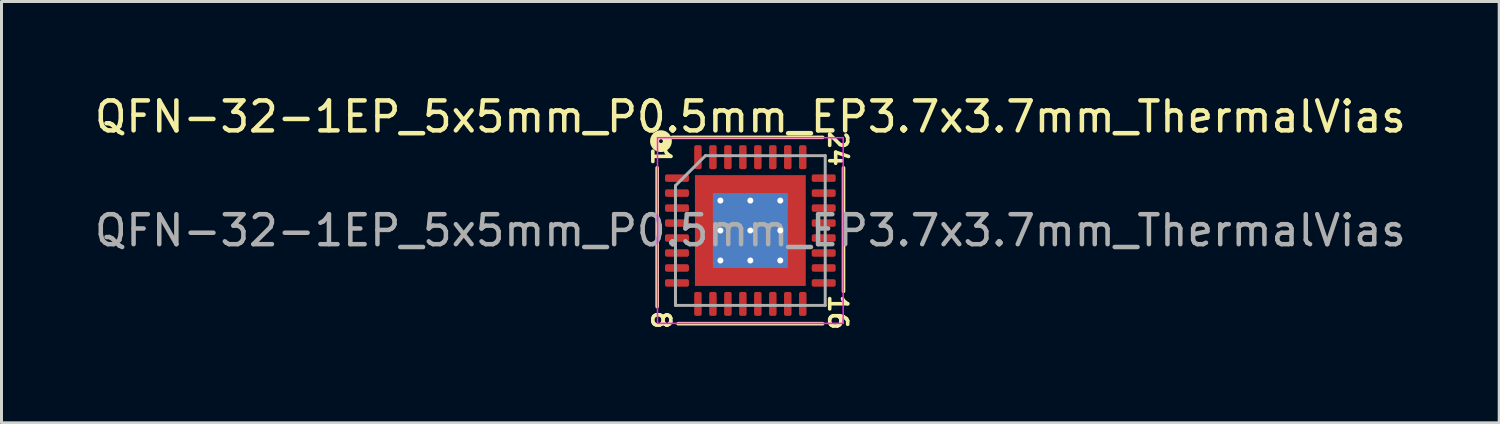
<source format=kicad_pcb>
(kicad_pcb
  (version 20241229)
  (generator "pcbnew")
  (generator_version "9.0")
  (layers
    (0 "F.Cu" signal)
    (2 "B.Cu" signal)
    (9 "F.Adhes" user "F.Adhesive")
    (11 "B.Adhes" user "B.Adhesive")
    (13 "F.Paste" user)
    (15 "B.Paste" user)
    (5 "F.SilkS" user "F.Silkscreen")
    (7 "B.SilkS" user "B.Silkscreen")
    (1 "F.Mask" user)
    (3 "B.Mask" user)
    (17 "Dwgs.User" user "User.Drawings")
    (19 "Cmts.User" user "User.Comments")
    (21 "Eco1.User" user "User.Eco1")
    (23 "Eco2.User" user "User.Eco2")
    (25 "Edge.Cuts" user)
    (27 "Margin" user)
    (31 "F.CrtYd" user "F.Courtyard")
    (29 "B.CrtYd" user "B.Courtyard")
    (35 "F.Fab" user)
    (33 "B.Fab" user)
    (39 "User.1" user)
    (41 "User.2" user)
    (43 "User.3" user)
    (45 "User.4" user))
  (footprint "QFN-32-1EP_5x5mm_P0.5mm_EP3.7x3.7mm_ThermalVias"
    (layer "F.Cu")
    (at 22.006 4.648)
    (property "Reference" "QFN-32-1EP_5x5mm_P0.5mm_EP3.7x3.7mm_ThermalVias" (at 0 -3.8 0) (layer "F.SilkS") (effects (font (size 1 1) (thickness 0.15))))
    (attr smd)
    (fp_line (start -3.111 -2.095) (end -3.111 2.54) (stroke (width 0.12) (type solid)) (layer "F.SilkS"))
    (fp_line (start -2.413 3.111) (end 2.413 3.111) (stroke (width 0.12) (type solid)) (layer "F.SilkS"))
    (fp_line (start 2.413 -3.111) (end -2.603 -3.111) (stroke (width 0.12) (type solid)) (layer "F.SilkS"))
    (fp_line (start 3.111 2.032) (end 3.111 -2.095) (stroke (width 0.12) (type solid)) (layer "F.SilkS"))
    (fp_circle (center -2.985 -2.985) (end -2.921 -2.985) (stroke (width 0.3) (type solid)) (fill no) (layer "F.SilkS"))
    (fp_line (start -3.1 -3.1) (end -3.1 3.1) (stroke (width 0.05) (type solid)) (layer "F.CrtYd"))
    (fp_line (start -3.1 3.1) (end 3.1 3.1) (stroke (width 0.05) (type solid)) (layer "F.CrtYd"))
    (fp_line (start 3.1 -3.1) (end -3.1 -3.1) (stroke (width 0.05) (type solid)) (layer "F.CrtYd"))
    (fp_line (start 3.1 3.1) (end 3.1 -3.1) (stroke (width 0.05) (type solid)) (layer "F.CrtYd"))
    (fp_line (start -2.5 -1.5) (end -1.5 -2.5) (stroke (width 0.1) (type solid)) (layer "F.Fab"))
    (fp_line (start -2.5 2.5) (end -2.5 -1.5) (stroke (width 0.1) (type solid)) (layer "F.Fab"))
    (fp_line (start -1.5 -2.5) (end 2.5 -2.5) (stroke (width 0.1) (type solid)) (layer "F.Fab"))
    (fp_line (start 2.5 -2.5) (end 2.5 2.5) (stroke (width 0.1) (type solid)) (layer "F.Fab"))
    (fp_line (start 2.5 2.5) (end -2.5 2.5) (stroke (width 0.1) (type solid)) (layer "F.Fab"))
    (fp_text user "1" (at -2.985 -2.477 270) (unlocked yes) (layer "F.SilkS") (effects (font (size 0.6 0.6) (thickness 0.12))))
    (fp_text user "8" (at -2.985 2.985 270) (unlocked yes) (layer "F.SilkS") (effects (font (size 0.6 0.6) (thickness 0.12))))
    (fp_text user "16" (at 2.921 2.731 270) (unlocked yes) (layer "F.SilkS") (effects (font (size 0.6 0.6) (thickness 0.12))))
    (fp_text user "24" (at 2.921 -2.731 270) (unlocked yes) (layer "F.SilkS") (effects (font (size 0.6 0.6) (thickness 0.12))))
    (fp_text user "${REFERENCE}" (at 0 0 0) (layer "F.Fab") (effects (font (size 1 1) (thickness 0.15))))
    (pad "" smd custom (at -1.425 -1.425) (size 0.602 0.602) (layers "F.Paste") (options (anchor circle)) (primitives (gr_poly (pts (xy 0.259 0.19) (xy 0.19 0.259) (xy -0.259 0.259) (xy -0.259 -0.259) (xy 0.259 -0.259)) (width 0.167) (fill yes))))
    (pad "" smd custom (at -1.425 -0.5) (size 0.612 0.612) (layers "F.Paste") (options (anchor circle)) (primitives (gr_poly (pts (xy 0.269 -0.269) (xy 0.269 0.269) (xy 0.209 0.33) (xy -0.269 0.33) (xy -0.269 -0.33) (xy 0.209 -0.33)) (width 0.147) (fill yes))))
    (pad "" smd custom (at -1.425 0.5) (size 0.612 0.612) (layers "F.Paste") (options (anchor circle)) (primitives (gr_poly (pts (xy 0.269 -0.269) (xy 0.269 0.269) (xy 0.209 0.33) (xy -0.269 0.33) (xy -0.269 -0.33) (xy 0.209 -0.33)) (width 0.147) (fill yes))))
    (pad "" smd custom (at -1.425 1.425) (size 0.602 0.602) (layers "F.Paste") (options (anchor circle)) (primitives (gr_poly (pts (xy 0.259 -0.19) (xy 0.259 0.259) (xy -0.259 0.259) (xy -0.259 -0.259) (xy 0.19 -0.259)) (width 0.167) (fill yes))))
    (pad "" smd custom (at -0.5 -1.425) (size 0.612 0.612) (layers "F.Paste") (options (anchor circle)) (primitives (gr_poly (pts (xy 0.33 0.209) (xy 0.269 0.269) (xy -0.269 0.269) (xy -0.33 0.209) (xy -0.33 -0.269) (xy 0.33 -0.269)) (width 0.147) (fill yes))))
    (pad "" smd roundrect (at -0.5 -0.5) (size 0.806 0.806) (layers "F.Paste") (roundrect_rratio 0.25))
    (pad "" smd roundrect (at -0.5 0.5) (size 0.806 0.806) (layers "F.Paste") (roundrect_rratio 0.25))
    (pad "" smd custom (at -0.5 1.425) (size 0.612 0.612) (layers "F.Paste") (options (anchor circle)) (primitives (gr_poly (pts (xy 0.33 -0.209) (xy 0.33 0.269) (xy -0.33 0.269) (xy -0.33 -0.209) (xy -0.269 -0.269) (xy 0.269 -0.269)) (width 0.147) (fill yes))))
    (pad "" smd custom (at 0.5 -1.425) (size 0.612 0.612) (layers "F.Paste") (options (anchor circle)) (primitives (gr_poly (pts (xy 0.33 0.209) (xy 0.269 0.269) (xy -0.269 0.269) (xy -0.33 0.209) (xy -0.33 -0.269) (xy 0.33 -0.269)) (width 0.147) (fill yes))))
    (pad "" smd roundrect (at 0.5 -0.5) (size 0.806 0.806) (layers "F.Paste") (roundrect_rratio 0.25))
    (pad "" smd roundrect (at 0.5 0.5) (size 0.806 0.806) (layers "F.Paste") (roundrect_rratio 0.25))
    (pad "" smd custom (at 0.5 1.425) (size 0.612 0.612) (layers "F.Paste") (options (anchor circle)) (primitives (gr_poly (pts (xy 0.33 -0.209) (xy 0.33 0.269) (xy -0.33 0.269) (xy -0.33 -0.209) (xy -0.269 -0.269) (xy 0.269 -0.269)) (width 0.147) (fill yes))))
    (pad "" smd custom (at 1.425 -1.425) (size 0.602 0.602) (layers "F.Paste") (options (anchor circle)) (primitives (gr_poly (pts (xy 0.259 0.259) (xy -0.19 0.259) (xy -0.259 0.19) (xy -0.259 -0.259) (xy 0.259 -0.259)) (width 0.167) (fill yes))))
    (pad "" smd custom (at 1.425 -0.5) (size 0.612 0.612) (layers "F.Paste") (options (anchor circle)) (primitives (gr_poly (pts (xy 0.269 0.33) (xy -0.209 0.33) (xy -0.269 0.269) (xy -0.269 -0.269) (xy -0.209 -0.33) (xy 0.269 -0.33)) (width 0.147) (fill yes))))
    (pad "" smd custom (at 1.425 0.5) (size 0.612 0.612) (layers "F.Paste") (options (anchor circle)) (primitives (gr_poly (pts (xy 0.269 0.33) (xy -0.209 0.33) (xy -0.269 0.269) (xy -0.269 -0.269) (xy -0.209 -0.33) (xy 0.269 -0.33)) (width 0.147) (fill yes))))
    (pad "" smd custom (at 1.425 1.425) (size 0.602 0.602) (layers "F.Paste") (options (anchor circle)) (primitives (gr_poly (pts (xy 0.259 0.259) (xy -0.259 0.259) (xy -0.259 -0.19) (xy -0.19 -0.259) (xy 0.259 -0.259)) (width 0.167) (fill yes))))
    (pad "1" smd roundrect (at -2.45 -1.75) (size 0.8 0.25) (layers "F.Cu" "F.Mask" "F.Paste") (roundrect_rratio 0.25))
    (pad "2" smd roundrect (at -2.45 -1.25) (size 0.8 0.25) (layers "F.Cu" "F.Mask" "F.Paste") (roundrect_rratio 0.25))
    (pad "3" smd roundrect (at -2.45 -0.75) (size 0.8 0.25) (layers "F.Cu" "F.Mask" "F.Paste") (roundrect_rratio 0.25))
    (pad "4" smd roundrect (at -2.45 -0.25) (size 0.8 0.25) (layers "F.Cu" "F.Mask" "F.Paste") (roundrect_rratio 0.25))
    (pad "5" smd roundrect (at -2.45 0.25) (size 0.8 0.25) (layers "F.Cu" "F.Mask" "F.Paste") (roundrect_rratio 0.25))
    (pad "6" smd roundrect (at -2.45 0.75) (size 0.8 0.25) (layers "F.Cu" "F.Mask" "F.Paste") (roundrect_rratio 0.25))
    (pad "7" smd roundrect (at -2.45 1.25) (size 0.8 0.25) (layers "F.Cu" "F.Mask" "F.Paste") (roundrect_rratio 0.25))
    (pad "8" smd roundrect (at -2.45 1.75) (size 0.8 0.25) (layers "F.Cu" "F.Mask" "F.Paste") (roundrect_rratio 0.25))
    (pad "9" smd roundrect (at -1.75 2.45) (size 0.25 0.8) (layers "F.Cu" "F.Mask" "F.Paste") (roundrect_rratio 0.25))
    (pad "10" smd roundrect (at -1.25 2.45) (size 0.25 0.8) (layers "F.Cu" "F.Mask" "F.Paste") (roundrect_rratio 0.25))
    (pad "11" smd roundrect (at -0.75 2.45) (size 0.25 0.8) (layers "F.Cu" "F.Mask" "F.Paste") (roundrect_rratio 0.25))
    (pad "12" smd roundrect (at -0.25 2.45) (size 0.25 0.8) (layers "F.Cu" "F.Mask" "F.Paste") (roundrect_rratio 0.25))
    (pad "13" smd roundrect (at 0.25 2.45) (size 0.25 0.8) (layers "F.Cu" "F.Mask" "F.Paste") (roundrect_rratio 0.25))
    (pad "14" smd roundrect (at 0.75 2.45) (size 0.25 0.8) (layers "F.Cu" "F.Mask" "F.Paste") (roundrect_rratio 0.25))
    (pad "15" smd roundrect (at 1.25 2.45) (size 0.25 0.8) (layers "F.Cu" "F.Mask" "F.Paste") (roundrect_rratio 0.25))
    (pad "16" smd roundrect (at 1.75 2.45) (size 0.25 0.8) (layers "F.Cu" "F.Mask" "F.Paste") (roundrect_rratio 0.25))
    (pad "17" smd roundrect (at 2.45 1.75) (size 0.8 0.25) (layers "F.Cu" "F.Mask" "F.Paste") (roundrect_rratio 0.25))
    (pad "18" smd roundrect (at 2.45 1.25) (size 0.8 0.25) (layers "F.Cu" "F.Mask" "F.Paste") (roundrect_rratio 0.25))
    (pad "19" smd roundrect (at 2.45 0.75) (size 0.8 0.25) (layers "F.Cu" "F.Mask" "F.Paste") (roundrect_rratio 0.25))
    (pad "20" smd roundrect (at 2.45 0.25) (size 0.8 0.25) (layers "F.Cu" "F.Mask" "F.Paste") (roundrect_rratio 0.25))
    (pad "21" smd roundrect (at 2.45 -0.25) (size 0.8 0.25) (layers "F.Cu" "F.Mask" "F.Paste") (roundrect_rratio 0.25))
    (pad "22" smd roundrect (at 2.45 -0.75) (size 0.8 0.25) (layers "F.Cu" "F.Mask" "F.Paste") (roundrect_rratio 0.25))
    (pad "23" smd roundrect (at 2.45 -1.25) (size 0.8 0.25) (layers "F.Cu" "F.Mask" "F.Paste") (roundrect_rratio 0.25))
    (pad "24" smd roundrect (at 2.45 -1.75) (size 0.8 0.25) (layers "F.Cu" "F.Mask" "F.Paste") (roundrect_rratio 0.25))
    (pad "25" smd roundrect (at 1.75 -2.45) (size 0.25 0.8) (layers "F.Cu" "F.Mask" "F.Paste") (roundrect_rratio 0.25))
    (pad "26" smd roundrect (at 1.25 -2.45) (size 0.25 0.8) (layers "F.Cu" "F.Mask" "F.Paste") (roundrect_rratio 0.25))
    (pad "27" smd roundrect (at 0.75 -2.45) (size 0.25 0.8) (layers "F.Cu" "F.Mask" "F.Paste") (roundrect_rratio 0.25))
    (pad "28" smd roundrect (at 0.25 -2.45) (size 0.25 0.8) (layers "F.Cu" "F.Mask" "F.Paste") (roundrect_rratio 0.25))
    (pad "29" smd roundrect (at -0.25 -2.45) (size 0.25 0.8) (layers "F.Cu" "F.Mask" "F.Paste") (roundrect_rratio 0.25))
    (pad "30" smd roundrect (at -0.75 -2.45) (size 0.25 0.8) (layers "F.Cu" "F.Mask" "F.Paste") (roundrect_rratio 0.25))
    (pad "31" smd roundrect (at -1.25 -2.45) (size 0.25 0.8) (layers "F.Cu" "F.Mask" "F.Paste") (roundrect_rratio 0.25))
    (pad "32" smd roundrect (at -1.75 -2.45) (size 0.25 0.8) (layers "F.Cu" "F.Mask" "F.Paste") (roundrect_rratio 0.25))
    (pad "33" thru_hole circle (at -1 -1) (size 0.5 0.5) (drill 0.2) (layers "*.Cu"))
    (pad "33" thru_hole circle (at -1 0) (size 0.5 0.5) (drill 0.2) (layers "*.Cu"))
    (pad "33" thru_hole circle (at -1 1) (size 0.5 0.5) (drill 0.2) (layers "*.Cu"))
    (pad "33" thru_hole circle (at 0 -1) (size 0.5 0.5) (drill 0.2) (layers "*.Cu"))
    (pad "33" thru_hole circle (at 0 0) (size 0.5 0.5) (drill 0.2) (layers "*.Cu"))
    (pad "33" smd rect (at 0 0) (size 2.5 2.5) (layers "B.Cu" "B.Mask"))
    (pad "33" smd rect (at 0 0) (size 3.7 3.7) (layers "F.Cu" "F.Mask"))
    (pad "33" thru_hole circle (at 0 1) (size 0.5 0.5) (drill 0.2) (layers "*.Cu"))
    (pad "33" thru_hole circle (at 1 -1) (size 0.5 0.5) (drill 0.2) (layers "*.Cu"))
    (pad "33" thru_hole circle (at 1 0) (size 0.5 0.5) (drill 0.2) (layers "*.Cu"))
    (pad "33" thru_hole circle (at 1 1) (size 0.5 0.5) (drill 0.2) (layers "*.Cu")))
  (gr_rect
    (start -3 -3)
    (end 47.012 11.07)
    (stroke (width 0.1) (type default))
    (fill no)
    (layer "Edge.Cuts")))
</source>
